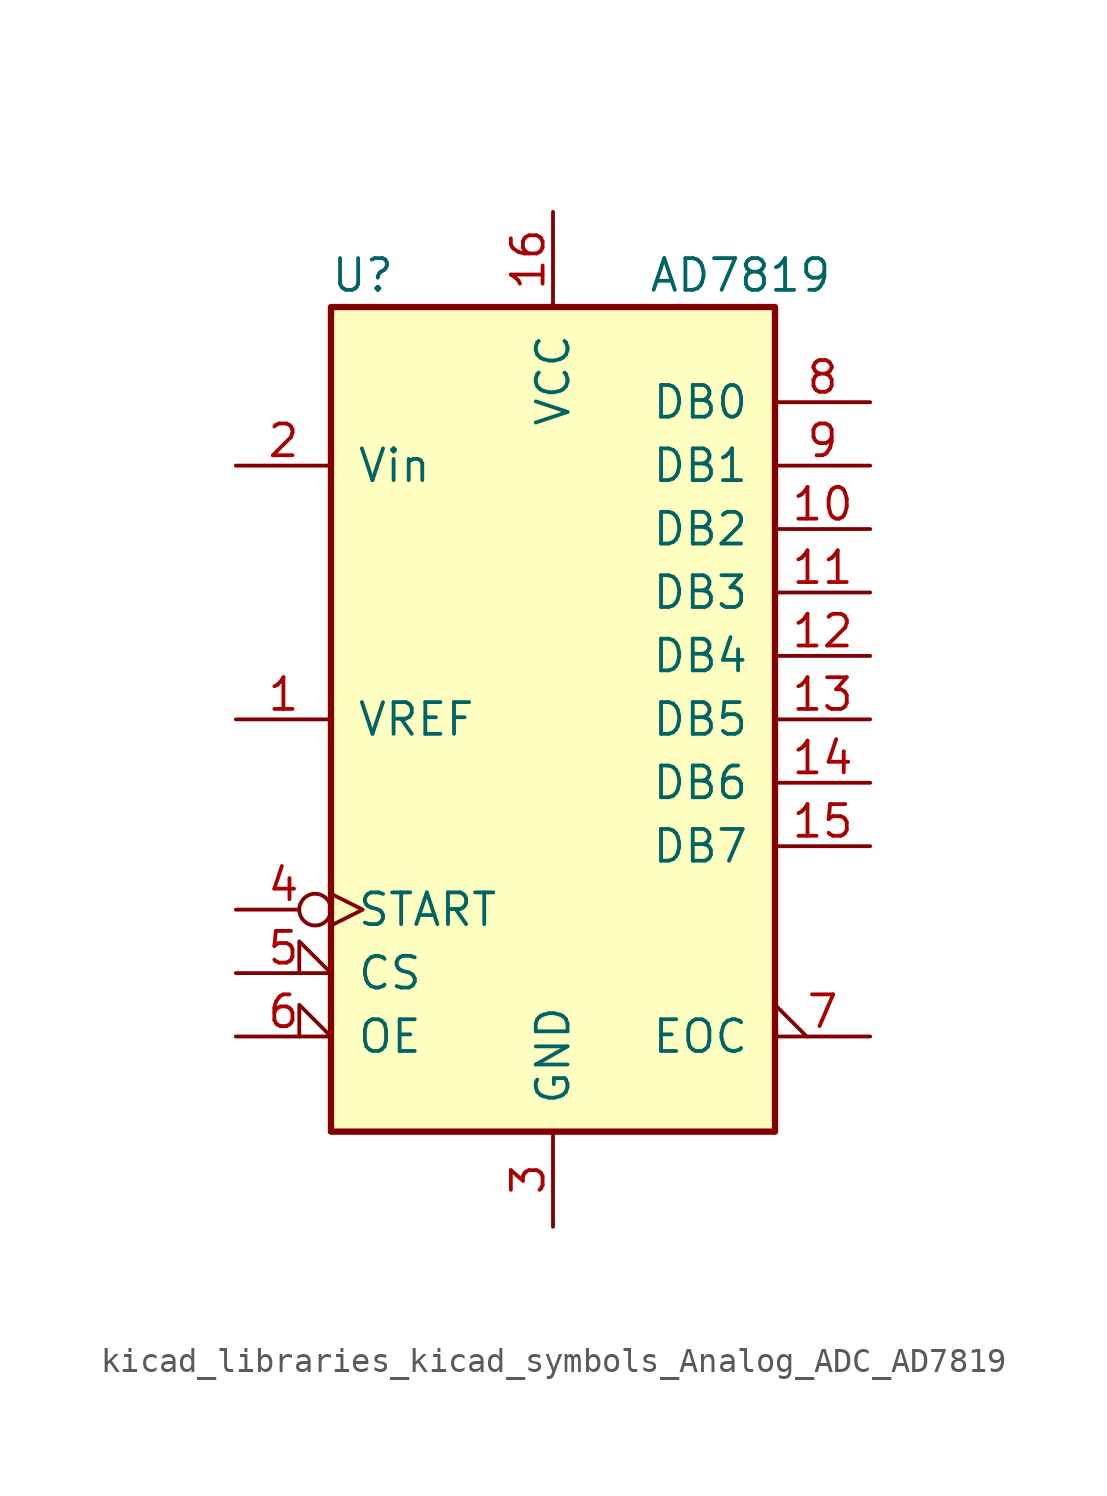
<source format=kicad_sym>
(kicad_symbol_lib
  (version 20220914)
  (generator kicad_symbol_editor)
  (symbol "kicad_libraries_kicad_symbols_Analog_ADC_AD7819"
    (pin_names
      (offset 1.016))
    (property "Reference" "U"
      (at -7.62 17.78 0)
      (effects (font (size 1.27 1.27))))
    (property "Value" "AD7819"
      (at 3.81 17.78 0)
      (effects (font (size 1.27 1.27)) (justify left)))
    (symbol "kicad_libraries_kicad_symbols_Analog_ADC_AD7819_0_1"
      (rectangle (start -8.89 -16.51) (end 8.89 16.51) (stroke (width 0.254) (type default)) (fill (type background))))
    (symbol "kicad_libraries_kicad_symbols_Analog_ADC_AD7819_1_1"
      (pin input line (at -12.7 0 0) (length 3.81) (name "VREF" (effects (font (size 1.27 1.27)))) (number "1" (effects (font (size 1.27 1.27)))))
      (pin tri_state line (at 12.7 7.62 180) (length 3.81) (name "DB2" (effects (font (size 1.27 1.27)))) (number "10" (effects (font (size 1.27 1.27)))))
      (pin tri_state line (at 12.7 5.08 180) (length 3.81) (name "DB3" (effects (font (size 1.27 1.27)))) (number "11" (effects (font (size 1.27 1.27)))))
      (pin tri_state line (at 12.7 2.54 180) (length 3.81) (name "DB4" (effects (font (size 1.27 1.27)))) (number "12" (effects (font (size 1.27 1.27)))))
      (pin tri_state line (at 12.7 0 180) (length 3.81) (name "DB5" (effects (font (size 1.27 1.27)))) (number "13" (effects (font (size 1.27 1.27)))))
      (pin tri_state line (at 12.7 -2.54 180) (length 3.81) (name "DB6" (effects (font (size 1.27 1.27)))) (number "14" (effects (font (size 1.27 1.27)))))
      (pin tri_state line (at 12.7 -5.08 180) (length 3.81) (name "DB7" (effects (font (size 1.27 1.27)))) (number "15" (effects (font (size 1.27 1.27)))))
      (pin power_in line (at 0 20.32 270) (length 3.81) (name "VCC" (effects (font (size 1.27 1.27)))) (number "16" (effects (font (size 1.27 1.27)))))
      (pin input line (at -12.7 10.16 0) (length 3.81) (name "Vin" (effects (font (size 1.27 1.27)))) (number "2" (effects (font (size 1.27 1.27)))))
      (pin power_in line (at 0 -20.32 90) (length 3.81) (name "GND" (effects (font (size 1.27 1.27)))) (number "3" (effects (font (size 1.27 1.27)))))
      (pin input inverted_clock (at -12.7 -7.62 0) (length 3.81) (name "START" (effects (font (size 1.27 1.27)))) (number "4" (effects (font (size 1.27 1.27)))))
      (pin input input_low (at -12.7 -10.16 0) (length 3.81) (name "CS" (effects (font (size 1.27 1.27)))) (number "5" (effects (font (size 1.27 1.27)))))
      (pin input input_low (at -12.7 -12.7 0) (length 3.81) (name "OE" (effects (font (size 1.27 1.27)))) (number "6" (effects (font (size 1.27 1.27)))))
      (pin output output_low (at 12.7 -12.7 180) (length 3.81) (name "EOC" (effects (font (size 1.27 1.27)))) (number "7" (effects (font (size 1.27 1.27)))))
      (pin tri_state line (at 12.7 12.7 180) (length 3.81) (name "DB0" (effects (font (size 1.27 1.27)))) (number "8" (effects (font (size 1.27 1.27)))))
      (pin tri_state line (at 12.7 10.16 180) (length 3.81) (name "DB1" (effects (font (size 1.27 1.27)))) (number "9" (effects (font (size 1.27 1.27))))))))
</source>
